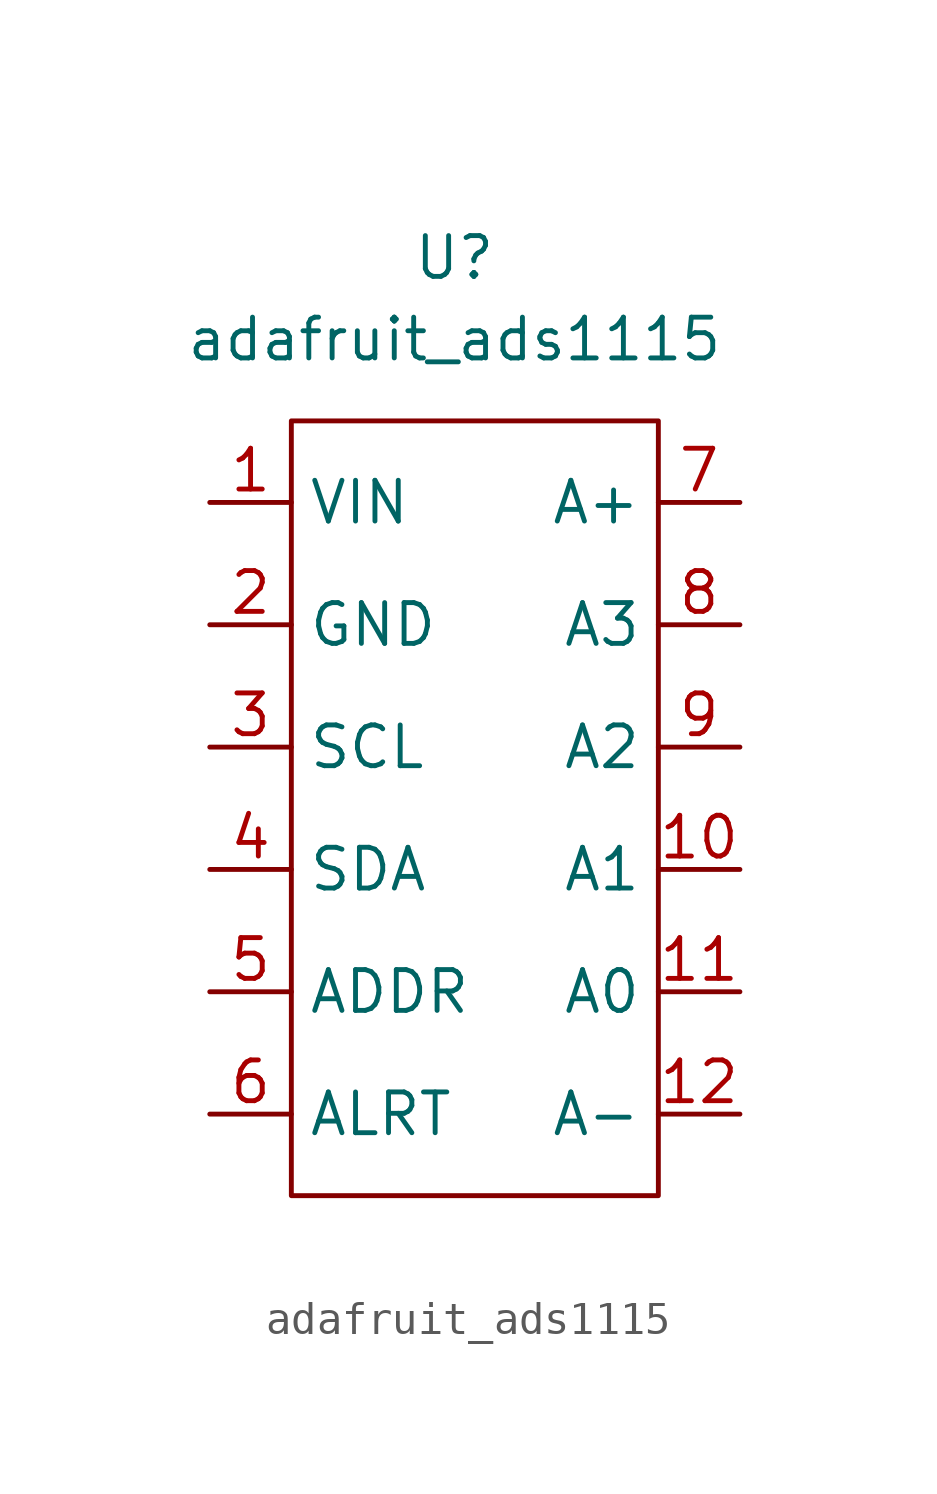
<source format=kicad_sym>
(kicad_symbol_lib
  (version 20211014)
  (generator kicad_symbol_editor)
  (symbol "adafruit_ads1115"
    (property "Reference" "U"
      (at -1.27 13.97 0)
      (effects (font (size 1.27 1.27))))
    (property "Value" "adafruit_ads1115"
      (at -1.27 11.43 0)
      (effects (font (size 1.27 1.27))))
    (symbol "adafruit_ads1115_0_1"
      (rectangle (start -6.35 8.89) (end 5.08 -15.24) (stroke (width 0) (type default) (color 0 0 0 0)) (fill (type none))))
    (symbol "adafruit_ads1115_1_1"
      (pin input line (at -8.89 6.35 0) (length 2.54) (name "VIN" (effects (font (size 1.27 1.27)))) (number "1" (effects (font (size 1.27 1.27)))))
      (pin input line (at 7.62 -5.08 180) (length 2.54) (name "A1" (effects (font (size 1.27 1.27)))) (number "10" (effects (font (size 1.27 1.27)))))
      (pin input line (at 7.62 -8.89 180) (length 2.54) (name "A0" (effects (font (size 1.27 1.27)))) (number "11" (effects (font (size 1.27 1.27)))))
      (pin input line (at 7.62 -12.7 180) (length 2.54) (name "A-" (effects (font (size 1.27 1.27)))) (number "12" (effects (font (size 1.27 1.27)))))
      (pin input line (at -8.89 2.54 0) (length 2.54) (name "GND" (effects (font (size 1.27 1.27)))) (number "2" (effects (font (size 1.27 1.27)))))
      (pin input line (at -8.89 -1.27 0) (length 2.54) (name "SCL" (effects (font (size 1.27 1.27)))) (number "3" (effects (font (size 1.27 1.27)))))
      (pin input line (at -8.89 -5.08 0) (length 2.54) (name "SDA" (effects (font (size 1.27 1.27)))) (number "4" (effects (font (size 1.27 1.27)))))
      (pin input line (at -8.89 -8.89 0) (length 2.54) (name "ADDR" (effects (font (size 1.27 1.27)))) (number "5" (effects (font (size 1.27 1.27)))))
      (pin input line (at -8.89 -12.7 0) (length 2.54) (name "ALRT" (effects (font (size 1.27 1.27)))) (number "6" (effects (font (size 1.27 1.27)))))
      (pin input line (at 7.62 6.35 180) (length 2.54) (name "A+" (effects (font (size 1.27 1.27)))) (number "7" (effects (font (size 1.27 1.27)))))
      (pin input line (at 7.62 2.54 180) (length 2.54) (name "A3" (effects (font (size 1.27 1.27)))) (number "8" (effects (font (size 1.27 1.27)))))
      (pin input line (at 7.62 -1.27 180) (length 2.54) (name "A2" (effects (font (size 1.27 1.27)))) (number "9" (effects (font (size 1.27 1.27))))))))
</source>
